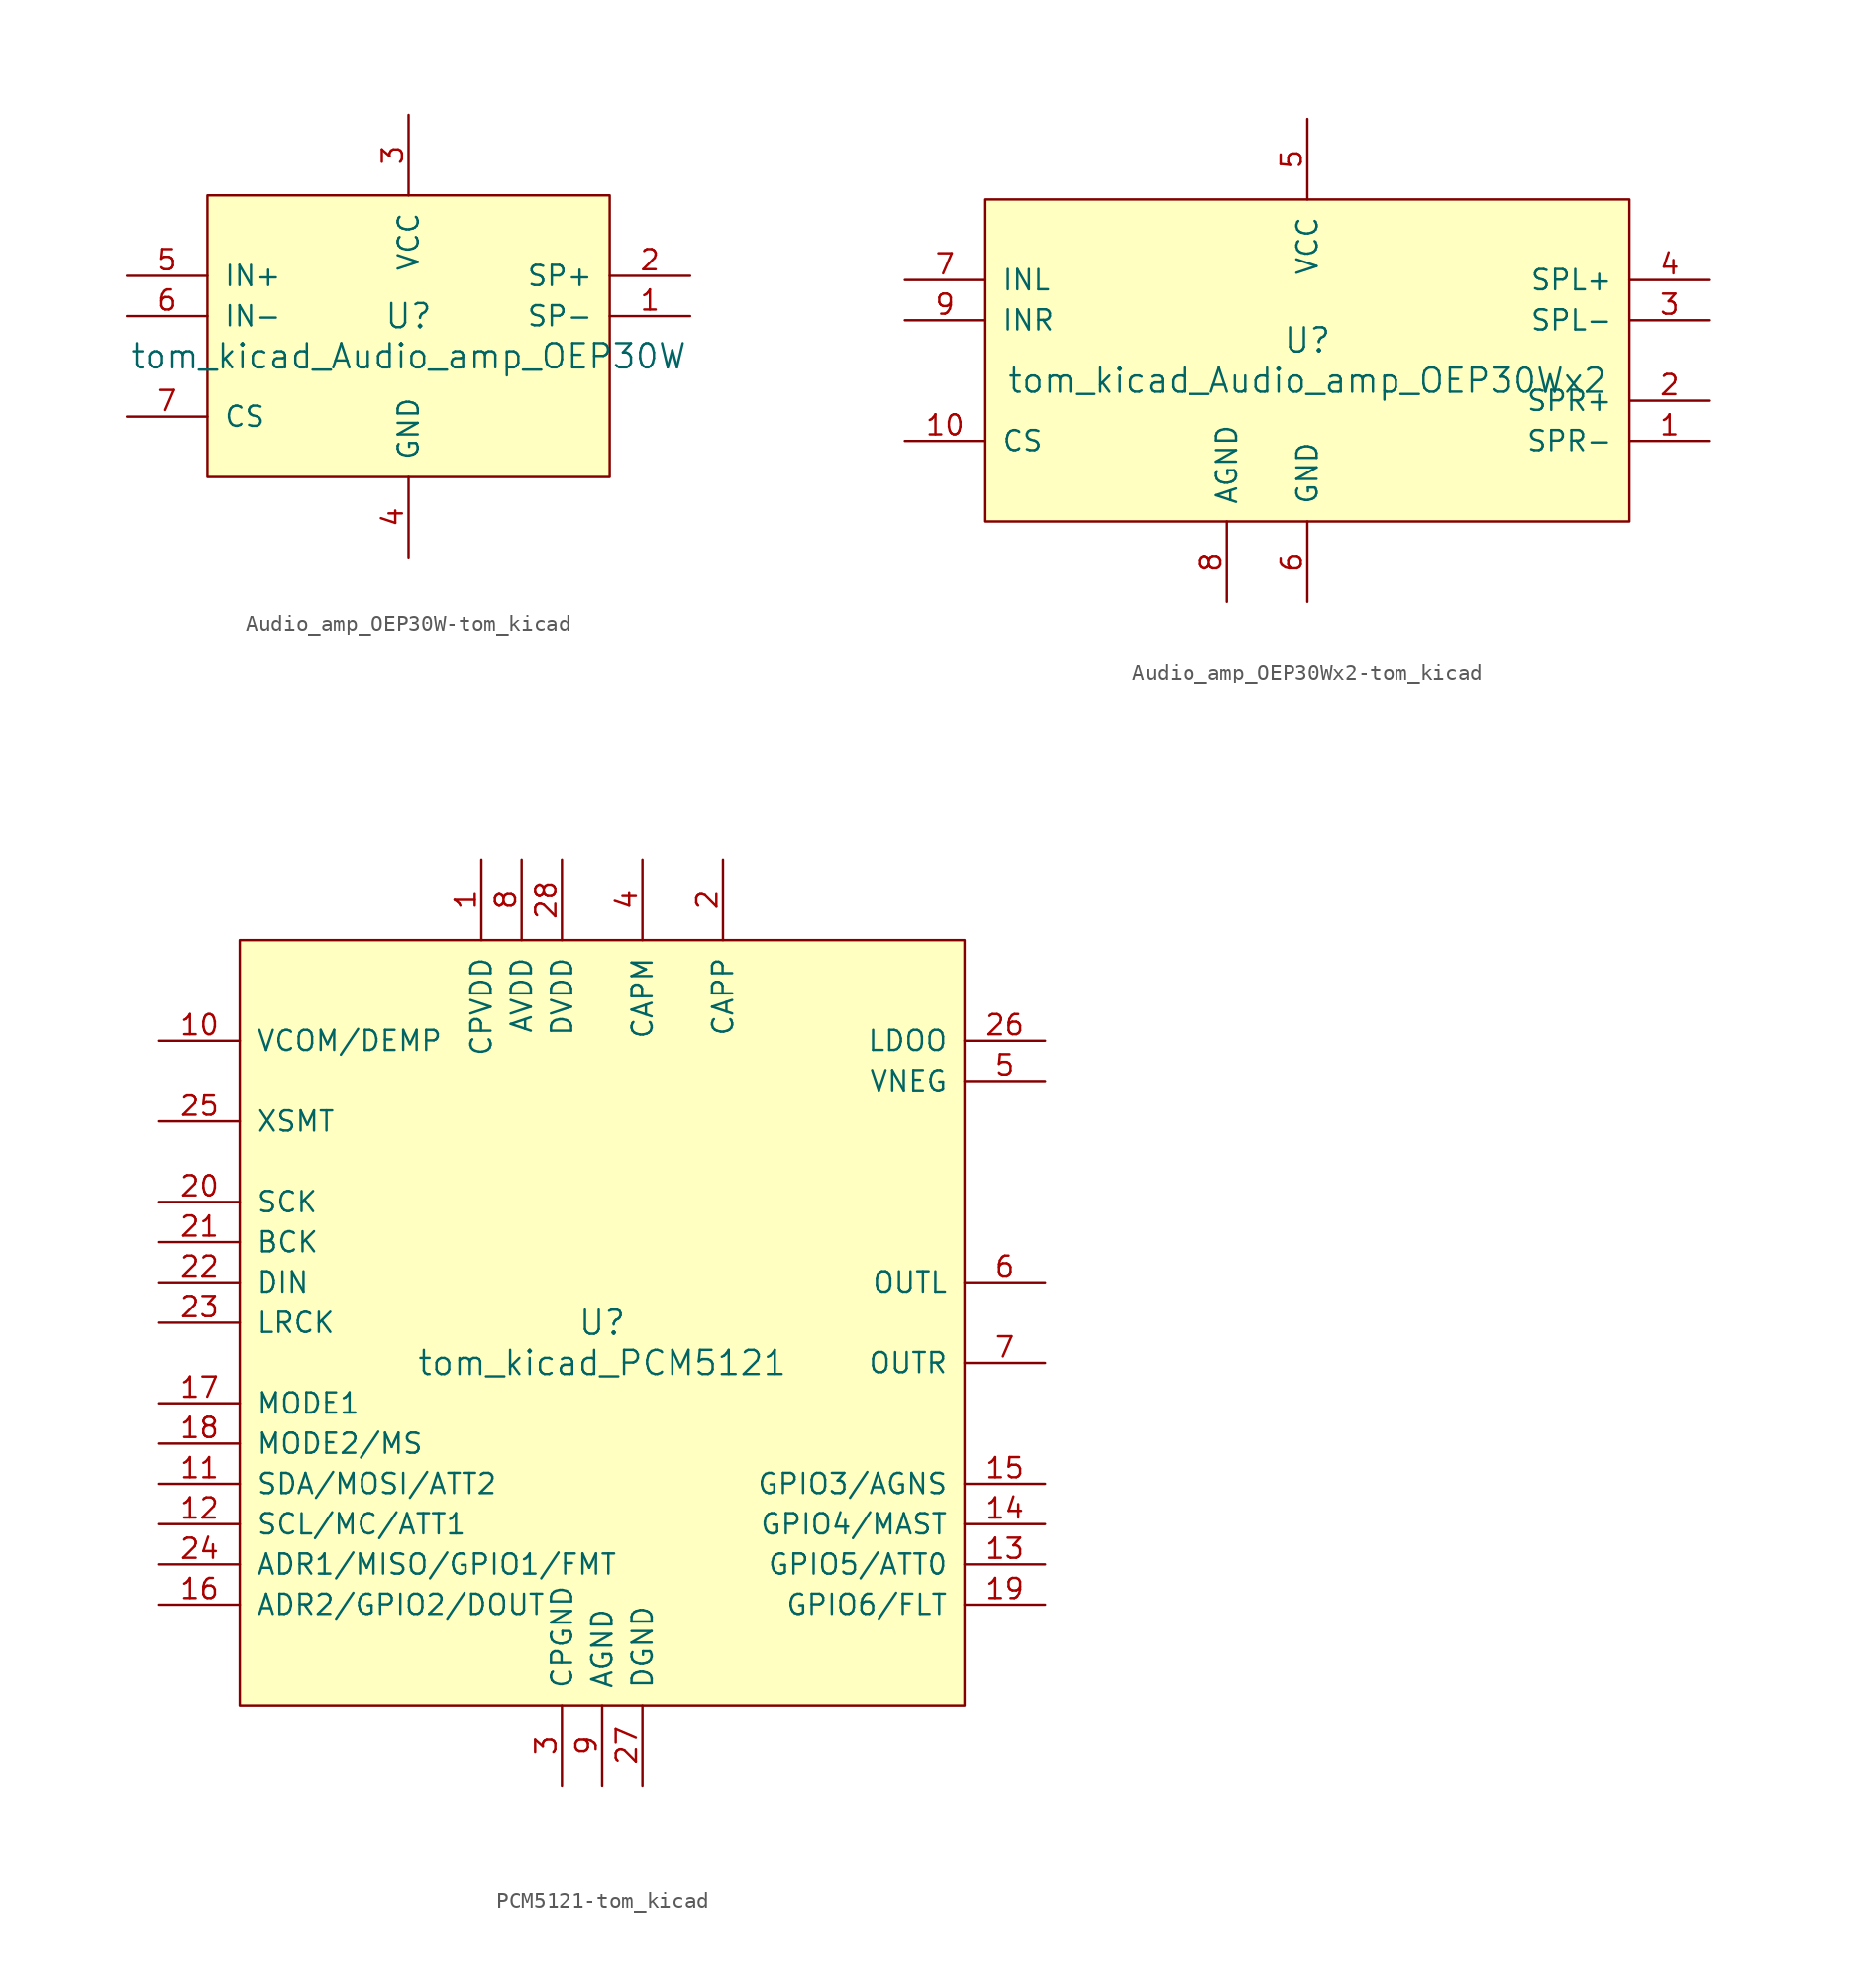
<source format=kicad_sym>
(kicad_symbol_lib
  (version 20220914)
  (generator kicad_symbol_editor)
  (symbol "Audio_amp_OEP30W-tom_kicad"
    (pin_names
      (offset 1.016))
    (property "Reference" "U"
      (at 0 1.27 0)
      (effects (font (size 1.524 1.524))))
    (property "Value" "tom_kicad_Audio_amp_OEP30W"
      (at 0 -1.27 0)
      (effects (font (size 1.524 1.524))))
    (symbol "Audio_amp_OEP30W-tom_kicad_0_1"
      (rectangle (start -12.7 8.89) (end 12.7 -8.89) (stroke (width 0) (type solid)) (fill (type background))))
    (symbol "Audio_amp_OEP30W-tom_kicad_1_1"
      (pin output line (at 17.78 1.27 180) (length 5.08) (name "SP-" (effects (font (size 1.27 1.27)))) (number "1" (effects (font (size 1.27 1.27)))))
      (pin output line (at 17.78 3.81 180) (length 5.08) (name "SP+" (effects (font (size 1.27 1.27)))) (number "2" (effects (font (size 1.27 1.27)))))
      (pin power_in line (at 0 13.97 270) (length 5.08) (name "VCC" (effects (font (size 1.27 1.27)))) (number "3" (effects (font (size 1.27 1.27)))))
      (pin power_in line (at 0 -13.97 90) (length 5.08) (name "GND" (effects (font (size 1.27 1.27)))) (number "4" (effects (font (size 1.27 1.27)))))
      (pin input line (at -17.78 3.81 0) (length 5.08) (name "IN+" (effects (font (size 1.27 1.27)))) (number "5" (effects (font (size 1.27 1.27)))))
      (pin input line (at -17.78 1.27 0) (length 5.08) (name "IN-" (effects (font (size 1.27 1.27)))) (number "6" (effects (font (size 1.27 1.27)))))
      (pin input line (at -17.78 -5.08 0) (length 5.08) (name "CS" (effects (font (size 1.27 1.27)))) (number "7" (effects (font (size 1.27 1.27)))))))
  (symbol "Audio_amp_OEP30Wx2-tom_kicad"
    (pin_names
      (offset 1.016))
    (property "Reference" "U"
      (at 0 1.27 0)
      (effects (font (size 1.524 1.524))))
    (property "Value" "tom_kicad_Audio_amp_OEP30Wx2"
      (at 0 -1.27 0)
      (effects (font (size 1.524 1.524))))
    (symbol "Audio_amp_OEP30Wx2-tom_kicad_0_1"
      (rectangle (start 20.32 -10.16) (end -20.32 10.16) (stroke (width 0) (type solid)) (fill (type background))))
    (symbol "Audio_amp_OEP30Wx2-tom_kicad_1_1"
      (pin output line (at 25.4 -5.08 180) (length 5.08) (name "SPR-" (effects (font (size 1.27 1.27)))) (number "1" (effects (font (size 1.27 1.27)))))
      (pin input line (at -25.4 -5.08 0) (length 5.08) (name "CS" (effects (font (size 1.27 1.27)))) (number "10" (effects (font (size 1.27 1.27)))))
      (pin output line (at 25.4 -2.54 180) (length 5.08) (name "SPR+" (effects (font (size 1.27 1.27)))) (number "2" (effects (font (size 1.27 1.27)))))
      (pin output line (at 25.4 2.54 180) (length 5.08) (name "SPL-" (effects (font (size 1.27 1.27)))) (number "3" (effects (font (size 1.27 1.27)))))
      (pin output line (at 25.4 5.08 180) (length 5.08) (name "SPL+" (effects (font (size 1.27 1.27)))) (number "4" (effects (font (size 1.27 1.27)))))
      (pin power_in line (at 0 15.24 270) (length 5.08) (name "VCC" (effects (font (size 1.27 1.27)))) (number "5" (effects (font (size 1.27 1.27)))))
      (pin power_in line (at 0 -15.24 90) (length 5.08) (name "GND" (effects (font (size 1.27 1.27)))) (number "6" (effects (font (size 1.27 1.27)))))
      (pin input line (at -25.4 5.08 0) (length 5.08) (name "INL" (effects (font (size 1.27 1.27)))) (number "7" (effects (font (size 1.27 1.27)))))
      (pin input line (at -5.08 -15.24 90) (length 5.08) (name "AGND" (effects (font (size 1.27 1.27)))) (number "8" (effects (font (size 1.27 1.27)))))
      (pin input line (at -25.4 2.54 0) (length 5.08) (name "INR" (effects (font (size 1.27 1.27)))) (number "9" (effects (font (size 1.27 1.27)))))))
  (symbol "PCM5121-tom_kicad"
    (pin_names
      (offset 1.016))
    (property "Reference" "U"
      (at 0 0 0)
      (effects (font (size 1.524 1.524))))
    (property "Value" "tom_kicad_PCM5121"
      (at 0 -2.54 0)
      (effects (font (size 1.524 1.524))))
    (symbol "PCM5121-tom_kicad_0_1"
      (rectangle (start -22.86 24.13) (end 22.86 -24.13) (stroke (width 0) (type solid)) (fill (type background))))
    (symbol "PCM5121-tom_kicad_1_1"
      (pin power_in line (at -7.62 29.21 270) (length 5.08) (name "CPVDD" (effects (font (size 1.27 1.27)))) (number "1" (effects (font (size 1.27 1.27)))))
      (pin bidirectional line (at -27.94 17.78 0) (length 5.08) (name "VCOM/DEMP" (effects (font (size 1.27 1.27)))) (number "10" (effects (font (size 1.27 1.27)))))
      (pin bidirectional line (at -27.94 -10.16 0) (length 5.08) (name "SDA/MOSI/ATT2" (effects (font (size 1.27 1.27)))) (number "11" (effects (font (size 1.27 1.27)))))
      (pin input line (at -27.94 -12.7 0) (length 5.08) (name "SCL/MC/ATT1" (effects (font (size 1.27 1.27)))) (number "12" (effects (font (size 1.27 1.27)))))
      (pin bidirectional line (at 27.94 -15.24 180) (length 5.08) (name "GPIO5/ATT0" (effects (font (size 1.27 1.27)))) (number "13" (effects (font (size 1.27 1.27)))))
      (pin bidirectional line (at 27.94 -12.7 180) (length 5.08) (name "GPIO4/MAST" (effects (font (size 1.27 1.27)))) (number "14" (effects (font (size 1.27 1.27)))))
      (pin bidirectional line (at 27.94 -10.16 180) (length 5.08) (name "GPIO3/AGNS" (effects (font (size 1.27 1.27)))) (number "15" (effects (font (size 1.27 1.27)))))
      (pin bidirectional line (at -27.94 -17.78 0) (length 5.08) (name "ADR2/GPIO2/DOUT" (effects (font (size 1.27 1.27)))) (number "16" (effects (font (size 1.27 1.27)))))
      (pin input line (at -27.94 -5.08 0) (length 5.08) (name "MODE1" (effects (font (size 1.27 1.27)))) (number "17" (effects (font (size 1.27 1.27)))))
      (pin input line (at -27.94 -7.62 0) (length 5.08) (name "MODE2/MS" (effects (font (size 1.27 1.27)))) (number "18" (effects (font (size 1.27 1.27)))))
      (pin bidirectional line (at 27.94 -17.78 180) (length 5.08) (name "GPIO6/FLT" (effects (font (size 1.27 1.27)))) (number "19" (effects (font (size 1.27 1.27)))))
      (pin power_out line (at 7.62 29.21 270) (length 5.08) (name "CAPP" (effects (font (size 1.27 1.27)))) (number "2" (effects (font (size 1.27 1.27)))))
      (pin input line (at -27.94 7.62 0) (length 5.08) (name "SCK" (effects (font (size 1.27 1.27)))) (number "20" (effects (font (size 1.27 1.27)))))
      (pin bidirectional line (at -27.94 5.08 0) (length 5.08) (name "BCK" (effects (font (size 1.27 1.27)))) (number "21" (effects (font (size 1.27 1.27)))))
      (pin input line (at -27.94 2.54 0) (length 5.08) (name "DIN" (effects (font (size 1.27 1.27)))) (number "22" (effects (font (size 1.27 1.27)))))
      (pin bidirectional line (at -27.94 0 0) (length 5.08) (name "LRCK" (effects (font (size 1.27 1.27)))) (number "23" (effects (font (size 1.27 1.27)))))
      (pin bidirectional line (at -27.94 -15.24 0) (length 5.08) (name "ADR1/MISO/GPIO1/FMT" (effects (font (size 1.27 1.27)))) (number "24" (effects (font (size 1.27 1.27)))))
      (pin input line (at -27.94 12.7 0) (length 5.08) (name "XSMT" (effects (font (size 1.27 1.27)))) (number "25" (effects (font (size 1.27 1.27)))))
      (pin power_out line (at 27.94 17.78 180) (length 5.08) (name "LDOO" (effects (font (size 1.27 1.27)))) (number "26" (effects (font (size 1.27 1.27)))))
      (pin power_in line (at 2.54 -29.21 90) (length 5.08) (name "DGND" (effects (font (size 1.27 1.27)))) (number "27" (effects (font (size 1.27 1.27)))))
      (pin power_in line (at -2.54 29.21 270) (length 5.08) (name "DVDD" (effects (font (size 1.27 1.27)))) (number "28" (effects (font (size 1.27 1.27)))))
      (pin power_in line (at -2.54 -29.21 90) (length 5.08) (name "CPGND" (effects (font (size 1.27 1.27)))) (number "3" (effects (font (size 1.27 1.27)))))
      (pin power_out line (at 2.54 29.21 270) (length 5.08) (name "CAPM" (effects (font (size 1.27 1.27)))) (number "4" (effects (font (size 1.27 1.27)))))
      (pin power_out line (at 27.94 15.24 180) (length 5.08) (name "VNEG" (effects (font (size 1.27 1.27)))) (number "5" (effects (font (size 1.27 1.27)))))
      (pin output line (at 27.94 2.54 180) (length 5.08) (name "OUTL" (effects (font (size 1.27 1.27)))) (number "6" (effects (font (size 1.27 1.27)))))
      (pin output line (at 27.94 -2.54 180) (length 5.08) (name "OUTR" (effects (font (size 1.27 1.27)))) (number "7" (effects (font (size 1.27 1.27)))))
      (pin power_in line (at -5.08 29.21 270) (length 5.08) (name "AVDD" (effects (font (size 1.27 1.27)))) (number "8" (effects (font (size 1.27 1.27)))))
      (pin power_in line (at 0 -29.21 90) (length 5.08) (name "AGND" (effects (font (size 1.27 1.27)))) (number "9" (effects (font (size 1.27 1.27))))))))
</source>
